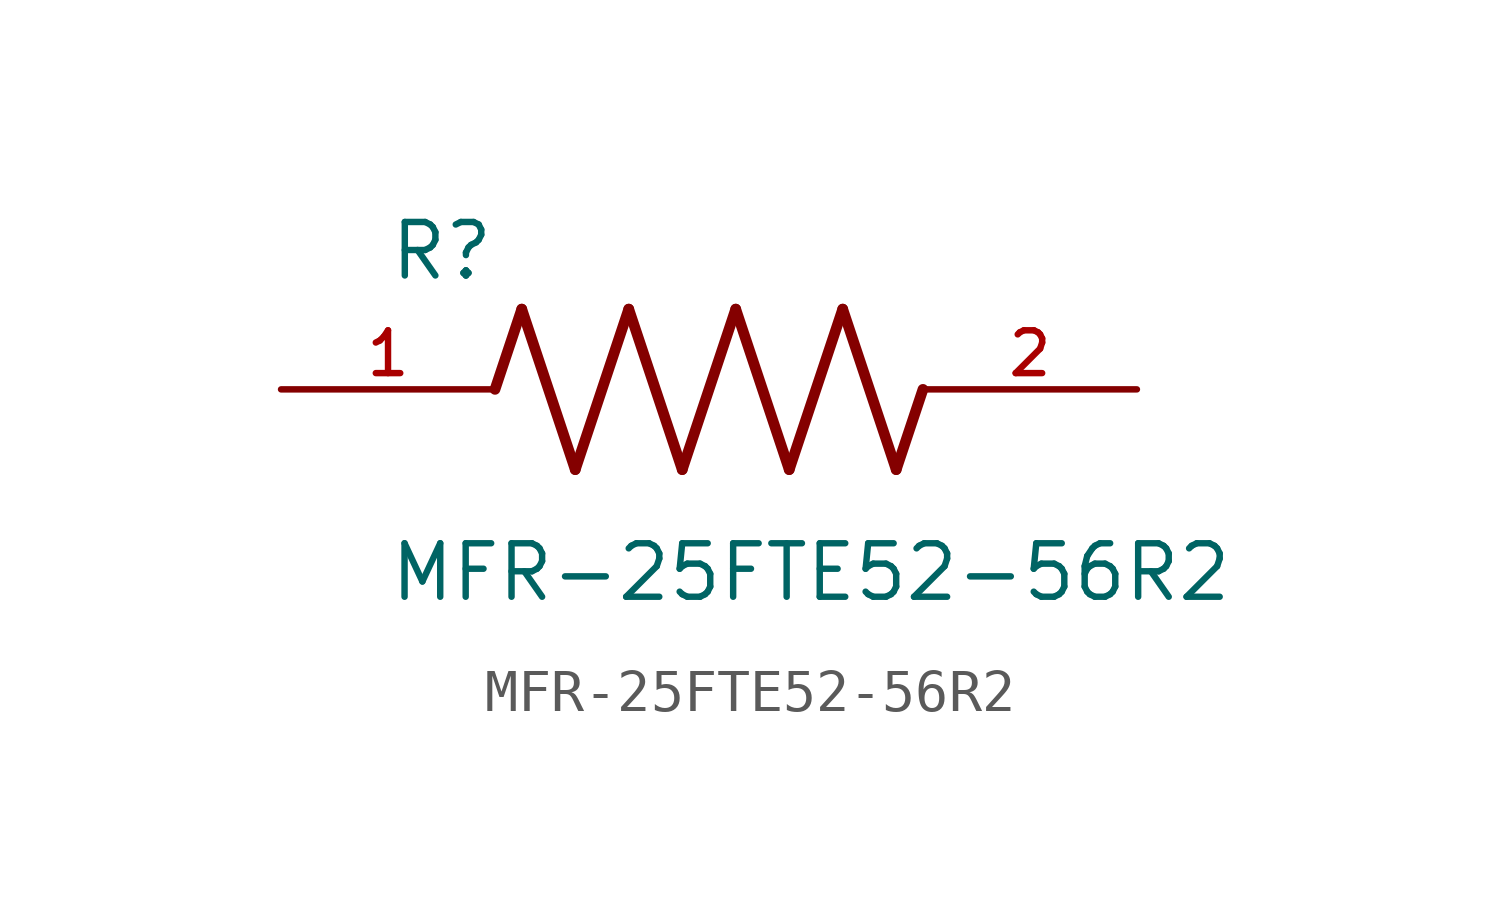
<source format=kicad_sym>
(kicad_symbol_lib
  (version 20211014)
  (generator kicad_symbol_editor)
  (symbol "MFR-25FTE52-56R2"
    (pin_names
      (offset 1.016))
    (property "Reference" "R"
      (at -7.624 2.541 0)
      (effects (font (size 1.27 1.27)) (justify bottom left)))
    (property "Value" "MFR-25FTE52-56R2"
      (at -7.63 -5.087 0)
      (effects (font (size 1.27 1.27)) (justify bottom left)))
    (symbol "MFR-25FTE52-56R2_0_0"
      (polyline (pts (xy -5.08 0.0) (xy -4.445 1.905)) (stroke (width 0.254)))
      (polyline (pts (xy -4.445 1.905) (xy -3.175 -1.905)) (stroke (width 0.254)))
      (polyline (pts (xy -3.175 -1.905) (xy -1.905 1.905)) (stroke (width 0.254)))
      (polyline (pts (xy -1.905 1.905) (xy -0.635 -1.905)) (stroke (width 0.254)))
      (polyline (pts (xy -0.635 -1.905) (xy 0.635 1.905)) (stroke (width 0.254)))
      (polyline (pts (xy 0.635 1.905) (xy 1.905 -1.905)) (stroke (width 0.254)))
      (polyline (pts (xy 1.905 -1.905) (xy 3.175 1.905)) (stroke (width 0.254)))
      (polyline (pts (xy 3.175 1.905) (xy 4.445 -1.905)) (stroke (width 0.254)))
      (polyline (pts (xy 4.445 -1.905) (xy 5.08 0.0)) (stroke (width 0.254)))
      (pin passive line (at -10.16 0.0 0) (length 5.08) (name "~" (effects (font (size 1.016 1.016)))) (number "1" (effects (font (size 1.016 1.016)))))
      (pin passive line (at 10.16 0.0 180.0) (length 5.08) (name "~" (effects (font (size 1.016 1.016)))) (number "2" (effects (font (size 1.016 1.016))))))))
</source>
